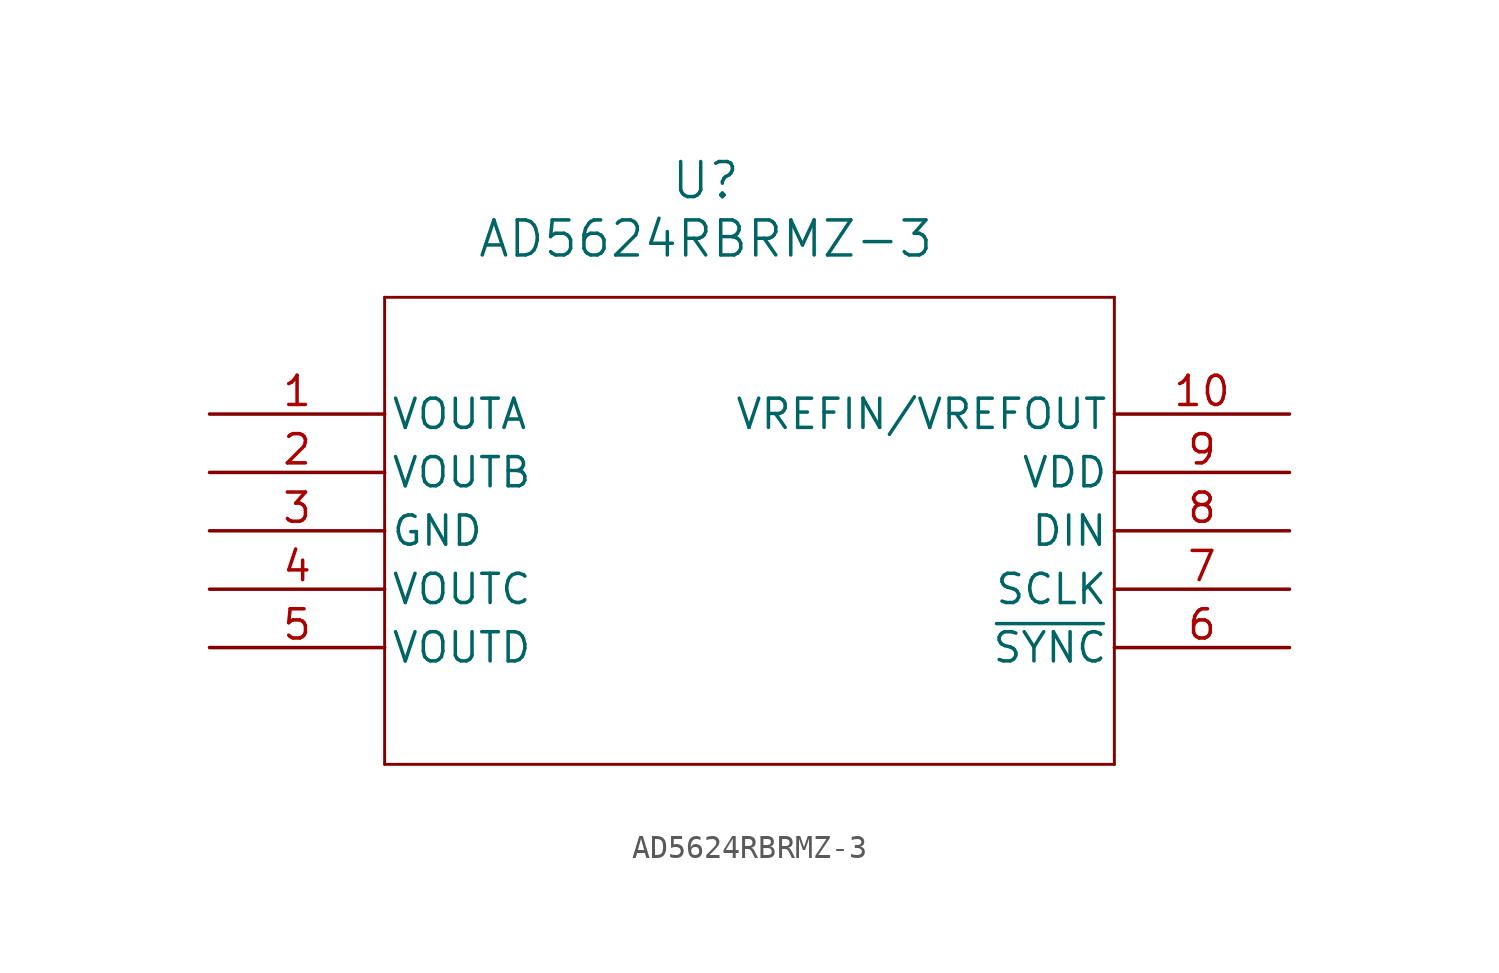
<source format=kicad_sym>
(kicad_symbol_lib
  (version 20220914)
  (generator kicad_symbol_editor)
  (symbol "AD5624RBRMZ-3"
    (pin_names
      (offset 0.254))
    (property "Reference" "U"
      (at 43.18 10.16 0)
      (effects (font (size 1.524 1.524))))
    (property "Value" "AD5624RBRMZ-3"
      (at 43.18 7.62 0)
      (effects (font (size 1.524 1.524))))
    (property "ki_locked" ""
      (at 0 0 0)
      (effects (font (size 1.27 1.27))))
    (symbol "AD5624RBRMZ-3_0_1"
      (polyline (pts (xy 29.21 -15.24) (xy 60.96 -15.24)) (stroke (width 0.127) (type default)) (fill (type none)))
      (polyline (pts (xy 29.21 5.08) (xy 29.21 -15.24)) (stroke (width 0.127) (type default)) (fill (type none)))
      (polyline (pts (xy 60.96 -15.24) (xy 60.96 5.08)) (stroke (width 0.127) (type default)) (fill (type none)))
      (polyline (pts (xy 60.96 5.08) (xy 29.21 5.08)) (stroke (width 0.127) (type default)) (fill (type none)))
      (pin output line (at 21.59 0 0) (length 7.62) (name "VOUTA" (effects (font (size 1.27 1.27)))) (number "1" (effects (font (size 1.27 1.27)))))
      (pin bidirectional line (at 68.58 0 180) (length 7.62) (name "VREFIN/VREFOUT" (effects (font (size 1.27 1.27)))) (number "10" (effects (font (size 1.27 1.27)))))
      (pin output line (at 21.59 -2.54 0) (length 7.62) (name "VOUTB" (effects (font (size 1.27 1.27)))) (number "2" (effects (font (size 1.27 1.27)))))
      (pin power_in line (at 21.59 -5.08 0) (length 7.62) (name "GND" (effects (font (size 1.27 1.27)))) (number "3" (effects (font (size 1.27 1.27)))))
      (pin output line (at 21.59 -7.62 0) (length 7.62) (name "VOUTC" (effects (font (size 1.27 1.27)))) (number "4" (effects (font (size 1.27 1.27)))))
      (pin output line (at 21.59 -10.16 0) (length 7.62) (name "VOUTD" (effects (font (size 1.27 1.27)))) (number "5" (effects (font (size 1.27 1.27)))))
      (pin input line (at 68.58 -7.62 180) (length 7.62) (name "SCLK" (effects (font (size 1.27 1.27)))) (number "7" (effects (font (size 1.27 1.27)))))
      (pin input line (at 68.58 -5.08 180) (length 7.62) (name "DIN" (effects (font (size 1.27 1.27)))) (number "8" (effects (font (size 1.27 1.27)))))
      (pin power_in line (at 68.58 -2.54 180) (length 7.62) (name "VDD" (effects (font (size 1.27 1.27)))) (number "9" (effects (font (size 1.27 1.27))))))
    (symbol "AD5624RBRMZ-3_1_1"
      (pin input line (at 68.58 -10.16 180) (length 7.62) (name "~{SYNC}" (effects (font (size 1.27 1.27)))) (number "6" (effects (font (size 1.27 1.27))))))))
</source>
